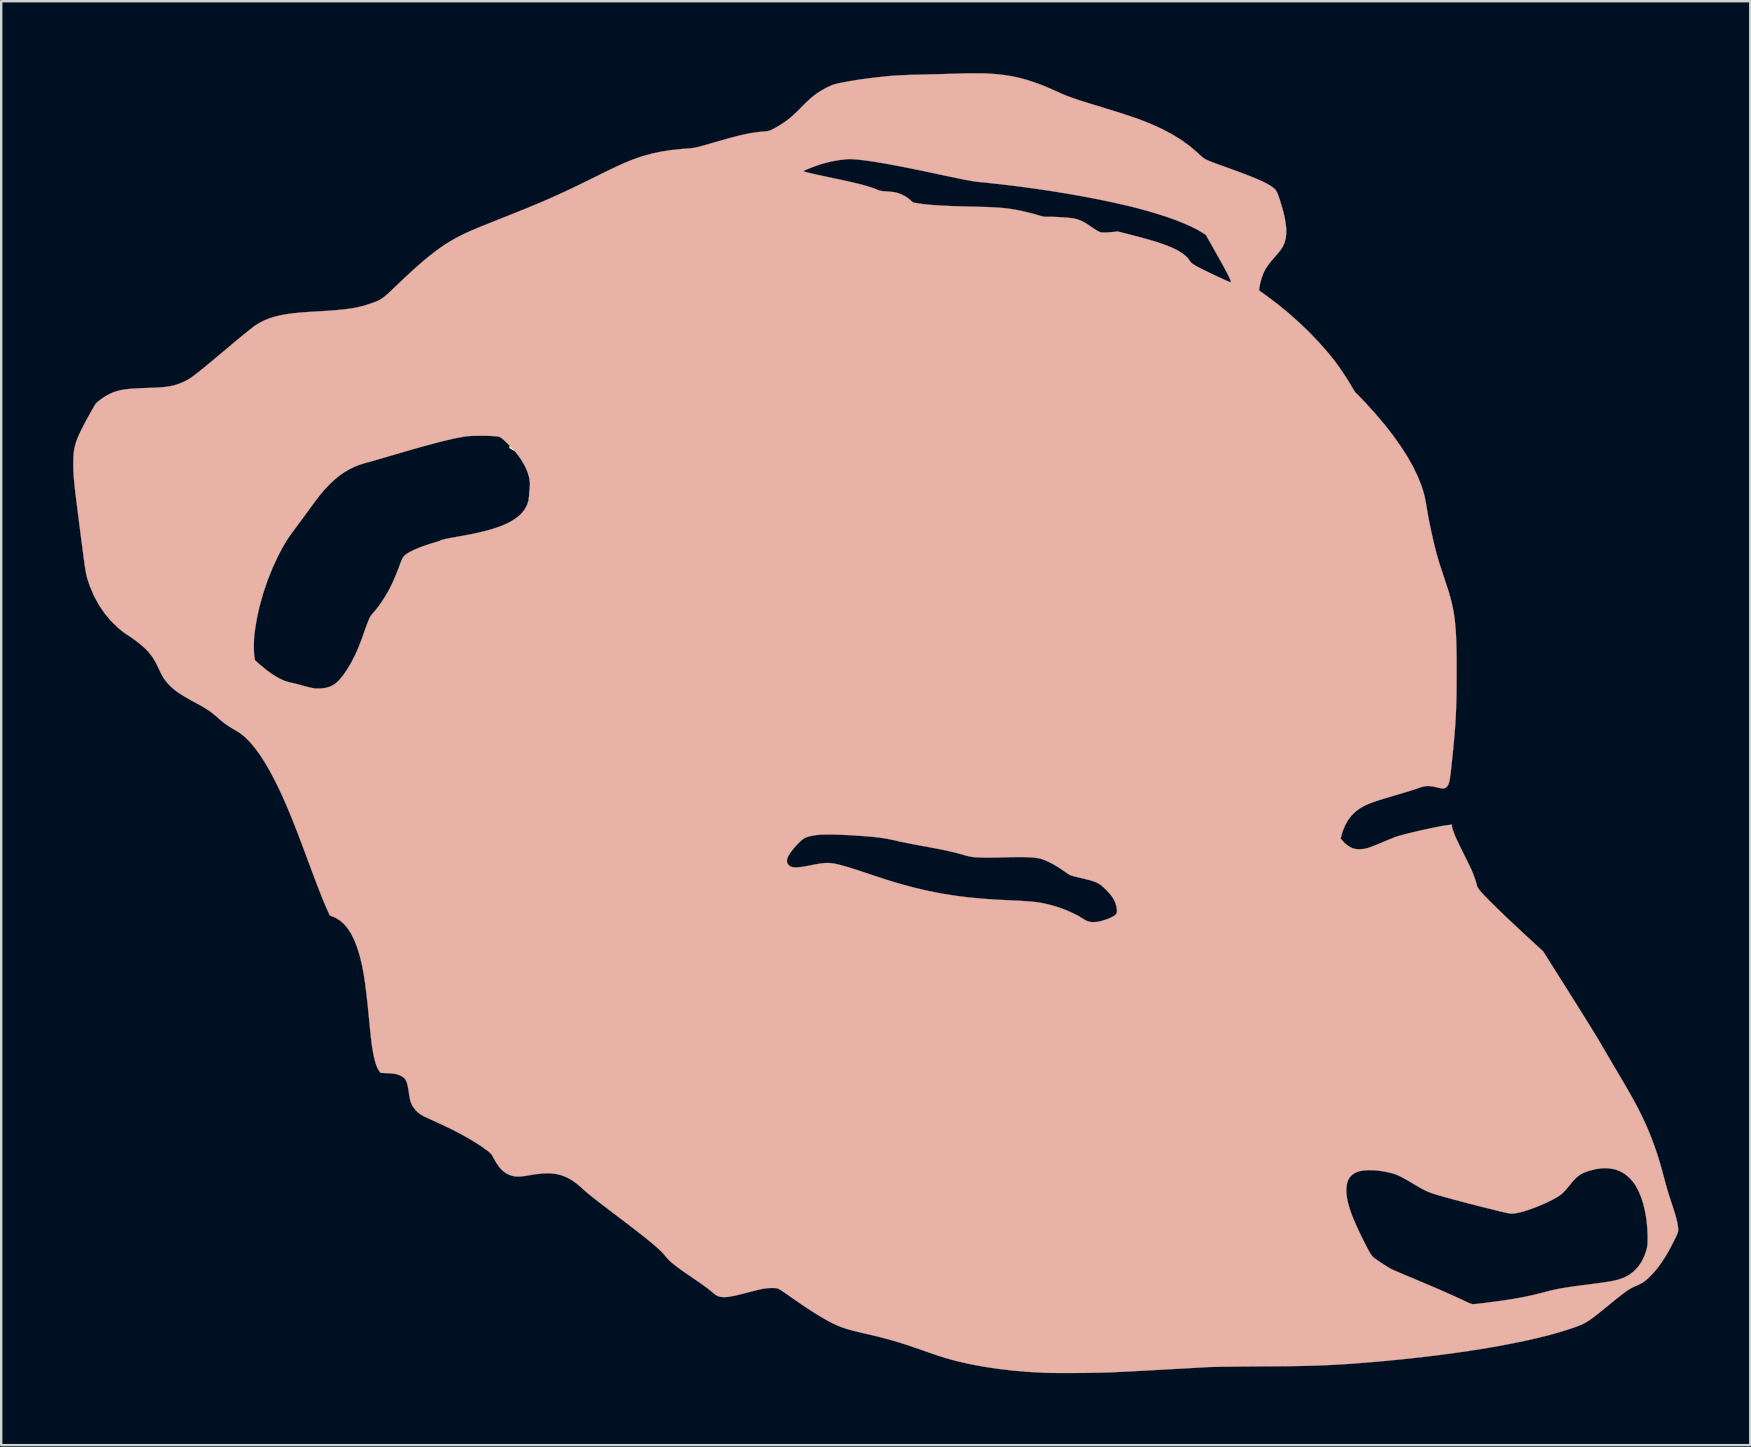
<source format=kicad_pcb>
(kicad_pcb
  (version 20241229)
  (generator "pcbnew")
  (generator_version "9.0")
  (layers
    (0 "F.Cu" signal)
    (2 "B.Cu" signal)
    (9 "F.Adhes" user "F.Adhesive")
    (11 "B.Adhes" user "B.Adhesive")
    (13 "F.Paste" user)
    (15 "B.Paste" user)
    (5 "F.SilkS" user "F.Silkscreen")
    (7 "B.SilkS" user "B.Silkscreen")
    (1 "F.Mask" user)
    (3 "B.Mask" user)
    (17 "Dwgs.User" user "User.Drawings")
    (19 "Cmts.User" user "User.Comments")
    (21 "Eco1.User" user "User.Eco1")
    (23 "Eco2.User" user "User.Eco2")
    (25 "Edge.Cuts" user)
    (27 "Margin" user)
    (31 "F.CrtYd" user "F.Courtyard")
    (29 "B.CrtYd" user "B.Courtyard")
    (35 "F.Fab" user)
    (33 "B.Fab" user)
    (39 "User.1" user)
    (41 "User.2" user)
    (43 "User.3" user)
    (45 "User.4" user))
  (footprint "sasha"
    (layer "F.Cu")
    (at 20.758 15.066)
    (property "Reference" "sasha" (at 0 0 0) (layer "F.SilkS") (effects (font (size 1.27 1.27) (thickness 0.15))))
    (attr through_hole)
    (fp_poly (pts (xy 17.368 -15.05) (xy 17.718 -15.026) (xy 18.049 -14.989) (xy 18.367 -14.938) (xy 18.677 -14.871) (xy 18.985 -14.788) (xy 19.297 -14.687) (xy 19.618 -14.567) (xy 19.954 -14.428) (xy 20.256 -14.292) (xy 20.39 -14.233) (xy 20.519 -14.177) (xy 20.651 -14.124) (xy 20.79 -14.071) (xy 20.94 -14.017) (xy 21.109 -13.96) (xy 21.3 -13.898) (xy 21.518 -13.829) (xy 21.77 -13.752) (xy 21.918 -13.707) (xy 22.258 -13.603) (xy 22.561 -13.51) (xy 22.831 -13.425) (xy 23.072 -13.347) (xy 23.289 -13.275) (xy 23.485 -13.208) (xy 23.664 -13.144) (xy 23.831 -13.081) (xy 23.989 -13.019) (xy 24.143 -12.956) (xy 24.179 -12.941) (xy 24.634 -12.733) (xy 25.051 -12.512) (xy 25.432 -12.276) (xy 25.78 -12.024) (xy 26.096 -11.754) (xy 26.145 -11.707) (xy 26.209 -11.647) (xy 26.265 -11.596) (xy 26.318 -11.553) (xy 26.374 -11.513) (xy 26.437 -11.477) (xy 26.511 -11.44) (xy 26.602 -11.4) (xy 26.714 -11.356) (xy 26.852 -11.304) (xy 27.021 -11.243) (xy 27.21 -11.176) (xy 27.539 -11.057) (xy 27.831 -10.95) (xy 28.088 -10.853) (xy 28.314 -10.765) (xy 28.511 -10.684) (xy 28.682 -10.611) (xy 28.831 -10.542) (xy 28.96 -10.477) (xy 29.071 -10.415) (xy 29.169 -10.354) (xy 29.224 -10.316) (xy 29.283 -10.272) (xy 29.331 -10.226) (xy 29.372 -10.172) (xy 29.41 -10.104) (xy 29.449 -10.015) (xy 29.491 -9.898) (xy 29.541 -9.748) (xy 29.545 -9.735) (xy 29.645 -9.404) (xy 29.72 -9.106) (xy 29.77 -8.836) (xy 29.796 -8.593) (xy 29.797 -8.374) (xy 29.773 -8.177) (xy 29.724 -7.998) (xy 29.652 -7.836) (xy 29.602 -7.754) (xy 29.555 -7.688) (xy 29.489 -7.604) (xy 29.415 -7.516) (xy 29.374 -7.469) (xy 29.239 -7.316) (xy 29.131 -7.185) (xy 29.044 -7.071) (xy 28.973 -6.968) (xy 28.914 -6.868) (xy 28.881 -6.805) (xy 28.815 -6.652) (xy 28.755 -6.475) (xy 28.707 -6.292) (xy 28.675 -6.122) (xy 28.674 -6.113) (xy 28.661 -6.013) (xy 28.951 -5.806) (xy 29.41 -5.463) (xy 29.863 -5.093) (xy 30.305 -4.702) (xy 30.729 -4.297) (xy 31.129 -3.882) (xy 31.499 -3.465) (xy 31.762 -3.141) (xy 31.908 -2.948) (xy 32.062 -2.732) (xy 32.215 -2.505) (xy 32.359 -2.282) (xy 32.485 -2.074) (xy 32.513 -2.025) (xy 32.571 -1.926) (xy 32.626 -1.839) (xy 32.672 -1.771) (xy 32.705 -1.73) (xy 32.713 -1.723) (xy 32.74 -1.7) (xy 32.791 -1.65) (xy 32.861 -1.578) (xy 32.947 -1.49) (xy 33.043 -1.389) (xy 33.11 -1.318) (xy 33.529 -0.854) (xy 33.913 -0.399) (xy 34.259 0.047) (xy 34.568 0.482) (xy 34.84 0.905) (xy 35.073 1.317) (xy 35.268 1.717) (xy 35.423 2.103) (xy 35.474 2.253) (xy 35.508 2.364) (xy 35.537 2.469) (xy 35.564 2.579) (xy 35.59 2.7) (xy 35.617 2.844) (xy 35.647 3.018) (xy 35.655 3.069) (xy 35.71 3.384) (xy 35.773 3.709) (xy 35.841 4.036) (xy 35.912 4.356) (xy 35.985 4.661) (xy 36.057 4.943) (xy 36.128 5.193) (xy 36.144 5.249) (xy 36.17 5.331) (xy 36.207 5.446) (xy 36.253 5.586) (xy 36.305 5.744) (xy 36.361 5.913) (xy 36.418 6.086) (xy 36.439 6.149) (xy 36.515 6.381) (xy 36.583 6.599) (xy 36.642 6.807) (xy 36.694 7.009) (xy 36.738 7.209) (xy 36.776 7.412) (xy 36.808 7.621) (xy 36.833 7.841) (xy 36.854 8.076) (xy 36.87 8.329) (xy 36.882 8.605) (xy 36.89 8.908) (xy 36.895 9.242) (xy 36.897 9.611) (xy 36.897 9.907) (xy 36.896 10.276) (xy 36.894 10.61) (xy 36.89 10.916) (xy 36.883 11.201) (xy 36.874 11.471) (xy 36.862 11.734) (xy 36.847 11.997) (xy 36.828 12.266) (xy 36.805 12.549) (xy 36.778 12.851) (xy 36.746 13.181) (xy 36.709 13.545) (xy 36.702 13.61) (xy 36.678 13.838) (xy 36.657 14.027) (xy 36.638 14.182) (xy 36.62 14.308) (xy 36.603 14.408) (xy 36.585 14.486) (xy 36.566 14.547) (xy 36.545 14.594) (xy 36.521 14.633) (xy 36.494 14.666) (xy 36.493 14.667) (xy 36.447 14.709) (xy 36.399 14.735) (xy 36.341 14.745) (xy 36.264 14.739) (xy 36.161 14.718) (xy 36.082 14.699) (xy 35.891 14.658) (xy 35.728 14.641) (xy 35.583 14.648) (xy 35.451 14.678) (xy 35.422 14.688) (xy 35.298 14.732) (xy 35.141 14.784) (xy 34.95 14.844) (xy 34.724 14.913) (xy 34.46 14.992) (xy 34.158 15.082) (xy 34.11 15.096) (xy 33.85 15.173) (xy 33.627 15.243) (xy 33.435 15.309) (xy 33.27 15.371) (xy 33.128 15.432) (xy 33.003 15.494) (xy 32.891 15.56) (xy 32.787 15.631) (xy 32.686 15.709) (xy 32.664 15.727) (xy 32.51 15.88) (xy 32.37 16.066) (xy 32.251 16.276) (xy 32.156 16.502) (xy 32.109 16.654) (xy 32.064 16.83) (xy 32.144 16.927) (xy 32.238 17.025) (xy 32.352 17.117) (xy 32.472 17.193) (xy 32.581 17.242) (xy 32.716 17.271) (xy 32.874 17.277) (xy 33.041 17.261) (xy 33.171 17.233) (xy 33.241 17.211) (xy 33.34 17.175) (xy 33.46 17.129) (xy 33.593 17.076) (xy 33.73 17.02) (xy 33.757 17.008) (xy 33.892 16.951) (xy 34.024 16.896) (xy 34.144 16.847) (xy 34.244 16.806) (xy 34.315 16.778) (xy 34.326 16.774) (xy 34.423 16.741) (xy 34.555 16.702) (xy 34.717 16.659) (xy 34.902 16.612) (xy 35.103 16.563) (xy 35.316 16.513) (xy 35.533 16.464) (xy 35.748 16.417) (xy 35.955 16.374) (xy 36.149 16.336) (xy 36.322 16.304) (xy 36.468 16.28) (xy 36.571 16.266) (xy 36.703 16.252) (xy 36.703 16.309) (xy 36.714 16.388) (xy 36.748 16.502) (xy 36.805 16.651) (xy 36.884 16.835) (xy 36.986 17.054) (xy 37.111 17.309) (xy 37.137 17.36) (xy 37.216 17.518) (xy 37.294 17.673) (xy 37.365 17.819) (xy 37.429 17.949) (xy 37.48 18.056) (xy 37.517 18.135) (xy 37.526 18.155) (xy 37.571 18.264) (xy 37.619 18.39) (xy 37.665 18.52) (xy 37.705 18.643) (xy 37.736 18.747) (xy 37.75 18.809) (xy 37.77 18.856) (xy 37.81 18.922) (xy 37.863 18.995) (xy 37.878 19.014) (xy 37.949 19.095) (xy 38.049 19.202) (xy 38.175 19.332) (xy 38.326 19.483) (xy 38.498 19.653) (xy 38.689 19.839) (xy 38.897 20.039) (xy 39.12 20.251) (xy 39.354 20.472) (xy 39.597 20.699) (xy 39.848 20.931) (xy 40.079 21.143) (xy 40.502 21.531) (xy 41.579 23.238) (xy 41.738 23.491) (xy 41.896 23.742) (xy 42.048 23.985) (xy 42.194 24.219) (xy 42.332 24.44) (xy 42.459 24.645) (xy 42.573 24.83) (xy 42.673 24.992) (xy 42.756 25.129) (xy 42.821 25.236) (xy 42.865 25.311) (xy 42.868 25.315) (xy 42.926 25.416) (xy 43.002 25.547) (xy 43.093 25.702) (xy 43.194 25.874) (xy 43.301 26.057) (xy 43.412 26.245) (xy 43.522 26.432) (xy 43.556 26.489) (xy 43.721 26.769) (xy 43.866 27.016) (xy 43.994 27.236) (xy 44.106 27.431) (xy 44.205 27.607) (xy 44.293 27.766) (xy 44.373 27.914) (xy 44.447 28.053) (xy 44.516 28.189) (xy 44.584 28.324) (xy 44.587 28.332) (xy 44.787 28.756) (xy 44.967 29.182) (xy 45.133 29.616) (xy 45.286 30.068) (xy 45.429 30.546) (xy 45.561 31.041) (xy 45.604 31.203) (xy 45.658 31.391) (xy 45.716 31.588) (xy 45.776 31.78) (xy 45.832 31.952) (xy 45.836 31.962) (xy 45.924 32.23) (xy 45.997 32.462) (xy 46.052 32.66) (xy 46.093 32.827) (xy 46.118 32.965) (xy 46.129 33.076) (xy 46.13 33.094) (xy 46.13 33.145) (xy 46.128 33.189) (xy 46.12 33.231) (xy 46.105 33.28) (xy 46.08 33.342) (xy 46.042 33.423) (xy 45.99 33.529) (xy 45.938 33.634) (xy 45.769 33.958) (xy 45.604 34.245) (xy 45.437 34.502) (xy 45.267 34.733) (xy 45.089 34.944) (xy 45.023 35.015) (xy 44.885 35.153) (xy 44.76 35.261) (xy 44.637 35.347) (xy 44.508 35.416) (xy 44.399 35.464) (xy 44.321 35.495) (xy 44.247 35.53) (xy 44.172 35.569) (xy 44.093 35.616) (xy 44.006 35.673) (xy 43.907 35.743) (xy 43.794 35.828) (xy 43.661 35.932) (xy 43.506 36.055) (xy 43.325 36.202) (xy 43.191 36.312) (xy 42.994 36.472) (xy 42.826 36.608) (xy 42.68 36.722) (xy 42.553 36.818) (xy 42.439 36.899) (xy 42.334 36.966) (xy 42.233 37.024) (xy 42.131 37.075) (xy 42.023 37.122) (xy 41.906 37.168) (xy 41.773 37.215) (xy 41.62 37.267) (xy 41.603 37.272) (xy 41.209 37.396) (xy 40.775 37.518) (xy 40.303 37.637) (xy 39.796 37.753) (xy 39.254 37.865) (xy 38.682 37.974) (xy 38.079 38.079) (xy 37.45 38.178) (xy 36.796 38.273) (xy 36.119 38.363) (xy 35.421 38.447) (xy 34.704 38.525) (xy 33.972 38.597) (xy 33.74 38.618) (xy 33.366 38.65) (xy 33.017 38.679) (xy 32.687 38.705) (xy 32.372 38.728) (xy 32.066 38.747) (xy 31.765 38.764) (xy 31.463 38.779) (xy 31.157 38.791) (xy 30.84 38.801) (xy 30.508 38.81) (xy 30.157 38.816) (xy 29.781 38.821) (xy 29.376 38.825) (xy 28.937 38.828) (xy 28.639 38.829) (xy 28.362 38.831) (xy 28.089 38.833) (xy 27.823 38.835) (xy 27.568 38.838) (xy 27.329 38.841) (xy 27.111 38.844) (xy 26.917 38.848) (xy 26.752 38.852) (xy 26.62 38.855) (xy 26.526 38.859) (xy 26.522 38.86) (xy 26.404 38.866) (xy 26.252 38.875) (xy 26.072 38.885) (xy 25.872 38.896) (xy 25.658 38.908) (xy 25.439 38.92) (xy 25.22 38.932) (xy 25.146 38.936) (xy 24.767 38.957) (xy 24.427 38.976) (xy 24.122 38.993) (xy 23.849 39.008) (xy 23.605 39.021) (xy 23.386 39.033) (xy 23.189 39.043) (xy 23.009 39.052) (xy 22.845 39.06) (xy 22.691 39.068) (xy 22.564 39.074) (xy 22.381 39.081) (xy 22.168 39.087) (xy 21.931 39.092) (xy 21.676 39.097) (xy 21.41 39.101) (xy 21.139 39.103) (xy 20.869 39.105) (xy 20.606 39.105) (xy 20.358 39.105) (xy 20.129 39.103) (xy 19.928 39.1) (xy 19.76 39.096) (xy 19.696 39.094) (xy 19.037 39.057) (xy 18.394 39.002) (xy 17.773 38.929) (xy 17.177 38.839) (xy 16.61 38.733) (xy 16.077 38.611) (xy 15.863 38.555) (xy 15.714 38.513) (xy 15.571 38.471) (xy 15.427 38.427) (xy 15.274 38.377) (xy 15.104 38.321) (xy 14.912 38.254) (xy 14.689 38.176) (xy 14.637 38.157) (xy 14.297 38.039) (xy 13.985 37.934) (xy 13.691 37.84) (xy 13.403 37.755) (xy 13.113 37.674) (xy 12.808 37.595) (xy 12.48 37.516) (xy 12.219 37.455) (xy 11.977 37.399) (xy 11.77 37.348) (xy 11.591 37.3) (xy 11.435 37.253) (xy 11.295 37.206) (xy 11.164 37.156) (xy 11.037 37.101) (xy 10.905 37.039) (xy 10.89 37.031) (xy 10.685 36.925) (xy 10.463 36.8) (xy 10.221 36.654) (xy 9.958 36.487) (xy 9.669 36.297) (xy 9.354 36.081) (xy 9.056 35.872) (xy 8.942 35.793) (xy 8.835 35.72) (xy 8.742 35.659) (xy 8.669 35.614) (xy 8.622 35.587) (xy 8.614 35.584) (xy 8.539 35.569) (xy 8.433 35.561) (xy 8.308 35.562) (xy 8.173 35.57) (xy 8.041 35.586) (xy 7.956 35.601) (xy 7.873 35.619) (xy 7.76 35.646) (xy 7.626 35.679) (xy 7.48 35.715) (xy 7.334 35.753) (xy 7.313 35.758) (xy 7.098 35.814) (xy 6.919 35.858) (xy 6.769 35.891) (xy 6.643 35.915) (xy 6.537 35.931) (xy 6.444 35.939) (xy 6.374 35.941) (xy 6.239 35.934) (xy 6.133 35.91) (xy 6.043 35.866) (xy 5.992 35.829) (xy 5.939 35.786) (xy 5.865 35.726) (xy 5.782 35.658) (xy 5.732 35.618) (xy 5.67 35.569) (xy 5.578 35.502) (xy 5.464 35.419) (xy 5.332 35.327) (xy 5.19 35.228) (xy 5.043 35.127) (xy 4.994 35.094) (xy 4.765 34.938) (xy 4.57 34.8) (xy 4.405 34.679) (xy 4.266 34.571) (xy 4.15 34.473) (xy 4.054 34.383) (xy 3.974 34.298) (xy 3.916 34.227) (xy 3.863 34.162) (xy 3.799 34.091) (xy 3.722 34.013) (xy 3.631 33.927) (xy 3.523 33.831) (xy 3.397 33.723) (xy 3.25 33.601) (xy 3.08 33.464) (xy 2.886 33.311) (xy 2.665 33.139) (xy 2.415 32.946) (xy 2.135 32.732) (xy 1.873 32.533) (xy 1.644 32.359) (xy 1.445 32.208) (xy 1.273 32.077) (xy 1.126 31.963) (xy 1 31.865) (xy 0.891 31.78) (xy 0.797 31.704) (xy 0.715 31.636) (xy 0.64 31.574) (xy 0.571 31.513) (xy 0.535 31.481) (xy 32.3 31.481) (xy 32.308 31.65) (xy 32.333 31.831) (xy 32.375 32.027) (xy 32.435 32.239) (xy 32.515 32.471) (xy 32.615 32.725) (xy 32.737 33.004) (xy 32.881 33.311) (xy 33.048 33.649) (xy 33.126 33.801) (xy 33.199 33.941) (xy 33.258 34.049) (xy 33.307 34.131) (xy 33.349 34.193) (xy 33.388 34.241) (xy 33.428 34.281) (xy 33.431 34.284) (xy 33.481 34.323) (xy 33.559 34.38) (xy 33.658 34.448) (xy 33.77 34.523) (xy 33.888 34.599) (xy 34.002 34.672) (xy 34.107 34.735) (xy 34.169 34.772) (xy 34.198 34.785) (xy 34.261 34.813) (xy 34.356 34.854) (xy 34.477 34.906) (xy 34.62 34.967) (xy 34.782 35.035) (xy 34.958 35.109) (xy 35.101 35.169) (xy 35.481 35.329) (xy 35.834 35.479) (xy 36.158 35.619) (xy 36.451 35.746) (xy 36.711 35.862) (xy 36.936 35.964) (xy 37.125 36.052) (xy 37.243 36.109) (xy 37.376 36.171) (xy 37.482 36.213) (xy 37.557 36.234) (xy 37.576 36.236) (xy 37.619 36.234) (xy 37.697 36.227) (xy 37.803 36.216) (xy 37.93 36.201) (xy 38.071 36.185) (xy 38.155 36.174) (xy 38.497 36.13) (xy 38.803 36.088) (xy 39.081 36.046) (xy 39.337 36.005) (xy 39.578 35.961) (xy 39.811 35.915) (xy 40.043 35.864) (xy 40.281 35.807) (xy 40.531 35.744) (xy 40.735 35.69) (xy 40.873 35.656) (xy 41.021 35.623) (xy 41.186 35.59) (xy 41.372 35.558) (xy 41.582 35.525) (xy 41.822 35.49) (xy 42.096 35.453) (xy 42.333 35.422) (xy 42.574 35.392) (xy 42.779 35.365) (xy 42.951 35.341) (xy 43.097 35.32) (xy 43.221 35.3) (xy 43.33 35.281) (xy 43.427 35.262) (xy 43.518 35.242) (xy 43.609 35.22) (xy 43.614 35.219) (xy 43.86 35.136) (xy 44.083 35.019) (xy 44.283 34.867) (xy 44.458 34.684) (xy 44.605 34.47) (xy 44.724 34.228) (xy 44.812 33.962) (xy 44.832 33.882) (xy 44.845 33.81) (xy 44.854 33.734) (xy 44.858 33.644) (xy 44.86 33.529) (xy 44.86 33.422) (xy 44.846 33.067) (xy 44.811 32.722) (xy 44.756 32.39) (xy 44.682 32.077) (xy 44.591 31.788) (xy 44.482 31.525) (xy 44.359 31.296) (xy 44.263 31.155) (xy 44.093 30.963) (xy 43.904 30.808) (xy 43.697 30.691) (xy 43.473 30.613) (xy 43.231 30.572) (xy 42.972 30.57) (xy 42.697 30.607) (xy 42.407 30.682) (xy 42.378 30.691) (xy 42.227 30.746) (xy 42.097 30.809) (xy 41.98 30.886) (xy 41.866 30.983) (xy 41.75 31.105) (xy 41.622 31.258) (xy 41.514 31.392) (xy 41.422 31.498) (xy 41.341 31.583) (xy 41.264 31.652) (xy 41.183 31.713) (xy 41.091 31.771) (xy 41.069 31.785) (xy 40.876 31.892) (xy 40.663 31.997) (xy 40.438 32.098) (xy 40.208 32.192) (xy 39.979 32.276) (xy 39.76 32.348) (xy 39.557 32.405) (xy 39.377 32.445) (xy 39.264 32.46) (xy 39.228 32.463) (xy 39.191 32.463) (xy 39.148 32.46) (xy 39.095 32.453) (xy 39.027 32.441) (xy 38.942 32.423) (xy 38.834 32.398) (xy 38.699 32.366) (xy 38.534 32.326) (xy 38.334 32.276) (xy 38.225 32.249) (xy 37.939 32.178) (xy 37.655 32.105) (xy 37.376 32.033) (xy 37.107 31.963) (xy 36.853 31.895) (xy 36.617 31.831) (xy 36.403 31.773) (xy 36.216 31.72) (xy 36.06 31.674) (xy 35.939 31.637) (xy 35.899 31.624) (xy 35.795 31.587) (xy 35.693 31.546) (xy 35.588 31.498) (xy 35.473 31.439) (xy 35.342 31.366) (xy 35.187 31.276) (xy 35.034 31.184) (xy 34.85 31.075) (xy 34.695 30.988) (xy 34.561 30.918) (xy 34.441 30.862) (xy 34.328 30.819) (xy 34.216 30.783) (xy 34.149 30.765) (xy 33.901 30.71) (xy 33.656 30.673) (xy 33.421 30.653) (xy 33.202 30.651) (xy 33.003 30.666) (xy 32.831 30.699) (xy 32.691 30.75) (xy 32.683 30.754) (xy 32.545 30.844) (xy 32.438 30.957) (xy 32.363 31.096) (xy 32.317 31.262) (xy 32.3 31.458) (xy 32.3 31.481) (xy 0.535 31.481) (xy 0.504 31.453) (xy 0.445 31.399) (xy 0.225 31.211) (xy 0.01 31.059) (xy -0.206 30.942) (xy -0.428 30.858) (xy -0.66 30.805) (xy -0.909 30.782) (xy -1.18 30.787) (xy -1.478 30.82) (xy -1.592 30.838) (xy -1.78 30.869) (xy -1.933 30.893) (xy -2.056 30.908) (xy -2.157 30.917) (xy -2.241 30.918) (xy -2.315 30.914) (xy -2.384 30.905) (xy -2.392 30.904) (xy -2.565 30.856) (xy -2.723 30.777) (xy -2.868 30.666) (xy -3.003 30.519) (xy -3.131 30.334) (xy -3.227 30.162) (xy -3.278 30.067) (xy -3.324 29.998) (xy -3.375 29.94) (xy -3.443 29.881) (xy -3.477 29.854) (xy -3.701 29.689) (xy -3.963 29.517) (xy -4.259 29.339) (xy -4.585 29.156) (xy -4.939 28.972) (xy -5.317 28.787) (xy -5.689 28.616) (xy -5.813 28.56) (xy -5.936 28.504) (xy -6.047 28.452) (xy -6.137 28.41) (xy -6.174 28.392) (xy -6.342 28.287) (xy -6.488 28.152) (xy -6.605 27.994) (xy -6.688 27.82) (xy -6.709 27.754) (xy -6.721 27.699) (xy -6.737 27.613) (xy -6.755 27.507) (xy -6.772 27.394) (xy -6.773 27.384) (xy -6.801 27.211) (xy -6.831 27.075) (xy -6.864 26.968) (xy -6.905 26.886) (xy -6.955 26.821) (xy -7.018 26.769) (xy -7.061 26.742) (xy -7.148 26.696) (xy -7.238 26.663) (xy -7.34 26.639) (xy -7.464 26.622) (xy -7.62 26.611) (xy -7.651 26.61) (xy -7.946 26.596) (xy -8.015 26.505) (xy -8.073 26.408) (xy -8.128 26.272) (xy -8.182 26.099) (xy -8.231 25.893) (xy -8.276 25.658) (xy -8.317 25.395) (xy -8.328 25.305) (xy -8.338 25.219) (xy -8.352 25.098) (xy -8.367 24.951) (xy -8.384 24.785) (xy -8.402 24.608) (xy -8.419 24.428) (xy -8.425 24.373) (xy -8.465 23.964) (xy -8.503 23.595) (xy -8.541 23.266) (xy -8.577 22.976) (xy -8.612 22.723) (xy -8.646 22.507) (xy -8.648 22.49) (xy -8.729 22.073) (xy -8.821 21.697) (xy -8.925 21.361) (xy -9.042 21.063) (xy -9.17 20.803) (xy -9.312 20.582) (xy -9.467 20.397) (xy -9.636 20.249) (xy -9.819 20.136) (xy -9.914 20.093) (xy -10.06 20.036) (xy -10.144 19.855) (xy -10.19 19.754) (xy -10.236 19.648) (xy -10.285 19.536) (xy -10.336 19.414) (xy -10.391 19.278) (xy -10.451 19.126) (xy -10.518 18.955) (xy -10.593 18.76) (xy -10.676 18.54) (xy -10.77 18.292) (xy -10.875 18.011) (xy -10.984 17.72) (xy 8.989 17.72) (xy 8.992 17.811) (xy 9.011 17.864) (xy 9.054 17.93) (xy 9.109 17.979) (xy 9.181 18.013) (xy 9.273 18.031) (xy 9.389 18.035) (xy 9.533 18.023) (xy 9.709 17.998) (xy 9.92 17.958) (xy 9.97 17.948) (xy 10.181 17.906) (xy 10.358 17.876) (xy 10.511 17.857) (xy 10.645 17.849) (xy 10.768 17.851) (xy 10.888 17.864) (xy 11.012 17.886) (xy 11.056 17.896) (xy 11.166 17.921) (xy 11.279 17.95) (xy 11.4 17.984) (xy 11.533 18.023) (xy 11.683 18.069) (xy 11.855 18.123) (xy 12.052 18.188) (xy 12.28 18.264) (xy 12.543 18.353) (xy 12.555 18.357) (xy 13.167 18.557) (xy 13.753 18.733) (xy 14.321 18.884) (xy 14.878 19.014) (xy 15.432 19.123) (xy 15.99 19.212) (xy 16.559 19.284) (xy 17.148 19.339) (xy 17.762 19.38) (xy 17.939 19.389) (xy 18.233 19.402) (xy 18.49 19.415) (xy 18.713 19.427) (xy 18.906 19.439) (xy 19.075 19.451) (xy 19.222 19.464) (xy 19.352 19.478) (xy 19.47 19.493) (xy 19.579 19.511) (xy 19.685 19.531) (xy 19.79 19.555) (xy 19.901 19.581) (xy 20.02 19.612) (xy 20.023 19.613) (xy 20.315 19.7) (xy 20.605 19.806) (xy 20.883 19.928) (xy 21.14 20.059) (xy 21.359 20.194) (xy 21.482 20.263) (xy 21.61 20.304) (xy 21.751 20.317) (xy 21.914 20.304) (xy 21.997 20.29) (xy 22.142 20.254) (xy 22.304 20.2) (xy 22.464 20.136) (xy 22.595 20.071) (xy 22.673 20.018) (xy 22.721 19.956) (xy 22.742 19.878) (xy 22.739 19.775) (xy 22.724 19.689) (xy 22.684 19.535) (xy 22.626 19.396) (xy 22.544 19.261) (xy 22.435 19.123) (xy 22.321 19) (xy 22.221 18.901) (xy 22.131 18.82) (xy 22.045 18.753) (xy 21.956 18.697) (xy 21.857 18.649) (xy 21.743 18.606) (xy 21.607 18.566) (xy 21.441 18.523) (xy 21.251 18.478) (xy 21.123 18.448) (xy 21.004 18.418) (xy 20.902 18.39) (xy 20.827 18.367) (xy 20.786 18.351) (xy 20.742 18.326) (xy 20.672 18.281) (xy 20.585 18.223) (xy 20.488 18.156) (xy 20.454 18.132) (xy 20.272 18.012) (xy 20.086 17.902) (xy 19.905 17.807) (xy 19.736 17.732) (xy 19.589 17.68) (xy 19.56 17.672) (xy 19.446 17.648) (xy 19.313 17.628) (xy 19.158 17.614) (xy 18.978 17.606) (xy 18.768 17.602) (xy 18.525 17.603) (xy 18.245 17.608) (xy 18.076 17.613) (xy 17.733 17.622) (xy 17.431 17.626) (xy 17.171 17.624) (xy 16.953 17.617) (xy 16.777 17.605) (xy 16.642 17.587) (xy 16.641 17.587) (xy 16.574 17.573) (xy 16.479 17.549) (xy 16.368 17.519) (xy 16.253 17.487) (xy 16.242 17.484) (xy 16.114 17.447) (xy 15.981 17.412) (xy 15.84 17.378) (xy 15.685 17.343) (xy 15.512 17.306) (xy 15.314 17.266) (xy 15.088 17.223) (xy 14.827 17.174) (xy 14.668 17.145) (xy 14.48 17.11) (xy 14.287 17.074) (xy 14.097 17.037) (xy 13.92 17.002) (xy 13.764 16.97) (xy 13.638 16.943) (xy 13.6 16.934) (xy 13.417 16.893) (xy 13.251 16.859) (xy 13.094 16.829) (xy 12.94 16.805) (xy 12.78 16.783) (xy 12.608 16.764) (xy 12.415 16.746) (xy 12.194 16.728) (xy 11.959 16.712) (xy 11.642 16.691) (xy 11.343 16.677) (xy 11.067 16.667) (xy 10.817 16.662) (xy 10.597 16.663) (xy 10.41 16.669) (xy 10.26 16.681) (xy 10.207 16.688) (xy 10.047 16.713) (xy 9.917 16.741) (xy 9.809 16.774) (xy 9.714 16.818) (xy 9.625 16.878) (xy 9.534 16.957) (xy 9.433 17.06) (xy 9.313 17.192) (xy 9.312 17.194) (xy 9.179 17.353) (xy 9.081 17.493) (xy 9.018 17.614) (xy 8.989 17.72) (xy -10.984 17.72) (xy -10.993 17.695) (xy -11.056 17.526) (xy -11.21 17.114) (xy -11.353 16.738) (xy -11.485 16.395) (xy -11.609 16.081) (xy -11.726 15.792) (xy -11.838 15.525) (xy -11.946 15.275) (xy -12.051 15.04) (xy -12.156 14.814) (xy -12.262 14.595) (xy -12.362 14.395) (xy -12.571 13.999) (xy -12.78 13.642) (xy -12.987 13.323) (xy -13.193 13.044) (xy -13.396 12.804) (xy -13.596 12.605) (xy -13.792 12.446) (xy -13.926 12.361) (xy -14.114 12.252) (xy -14.274 12.152) (xy -14.415 12.055) (xy -14.546 11.954) (xy -14.679 11.841) (xy -14.697 11.826) (xy -14.825 11.714) (xy -14.94 11.619) (xy -15.05 11.535) (xy -15.164 11.457) (xy -15.288 11.379) (xy -15.432 11.296) (xy -15.604 11.201) (xy -15.656 11.173) (xy -15.884 11.049) (xy -16.078 10.937) (xy -16.244 10.837) (xy -16.386 10.743) (xy -16.509 10.653) (xy -16.618 10.563) (xy -16.719 10.469) (xy -16.787 10.399) (xy -16.876 10.298) (xy -16.955 10.194) (xy -17.028 10.079) (xy -17.101 9.943) (xy -17.18 9.778) (xy -17.2 9.733) (xy -17.32 9.489) (xy -17.448 9.278) (xy -17.589 9.092) (xy -17.721 8.948) (xy -17.795 8.88) (xy -13.228 8.88) (xy -13.225 9.034) (xy -13.217 9.166) (xy -13.206 9.265) (xy -13.182 9.401) (xy -12.961 9.595) (xy -12.693 9.817) (xy -12.438 10) (xy -12.197 10.144) (xy -11.967 10.251) (xy -11.749 10.319) (xy -11.703 10.329) (xy -11.595 10.353) (xy -11.466 10.384) (xy -11.333 10.419) (xy -11.248 10.443) (xy -11.137 10.474) (xy -11.029 10.503) (xy -10.937 10.526) (xy -10.88 10.539) (xy -10.807 10.553) (xy -10.745 10.565) (xy -10.721 10.57) (xy -10.639 10.579) (xy -10.532 10.58) (xy -10.414 10.575) (xy -10.303 10.563) (xy -10.239 10.552) (xy -10.051 10.498) (xy -9.89 10.417) (xy -9.747 10.304) (xy -9.689 10.246) (xy -9.511 10.032) (xy -9.337 9.781) (xy -9.169 9.497) (xy -9.008 9.183) (xy -8.858 8.844) (xy -8.721 8.485) (xy -8.701 8.428) (xy -8.622 8.199) (xy -8.553 8.009) (xy -8.495 7.853) (xy -8.445 7.73) (xy -8.403 7.636) (xy -8.368 7.569) (xy -8.353 7.546) (xy -8.319 7.501) (xy -8.265 7.436) (xy -8.203 7.365) (xy -8.185 7.345) (xy -8.126 7.275) (xy -8.053 7.18) (xy -7.974 7.073) (xy -7.898 6.964) (xy -7.884 6.943) (xy -7.752 6.736) (xy -7.632 6.53) (xy -7.52 6.317) (xy -7.413 6.089) (xy -7.305 5.838) (xy -7.195 5.557) (xy -7.163 5.472) (xy -7.114 5.341) (xy -7.075 5.243) (xy -7.043 5.172) (xy -7.015 5.12) (xy -6.987 5.079) (xy -6.955 5.045) (xy -6.932 5.023) (xy -6.835 4.949) (xy -6.699 4.87) (xy -6.528 4.788) (xy -6.327 4.704) (xy -6.098 4.62) (xy -5.846 4.536) (xy -5.68 4.487) (xy -5.586 4.458) (xy -5.506 4.432) (xy -5.45 4.412) (xy -5.428 4.401) (xy -5.401 4.388) (xy -5.349 4.372) (xy -5.269 4.352) (xy -5.159 4.329) (xy -5.014 4.301) (xy -4.833 4.268) (xy -4.636 4.233) (xy -4.224 4.157) (xy -3.852 4.079) (xy -3.518 3.996) (xy -3.22 3.909) (xy -2.954 3.817) (xy -2.719 3.719) (xy -2.513 3.614) (xy -2.333 3.501) (xy -2.177 3.38) (xy -2.085 3.293) (xy -1.95 3.128) (xy -1.849 2.945) (xy -1.784 2.75) (xy -1.758 2.549) (xy -1.757 2.525) (xy -1.754 2.447) (xy -1.745 2.348) (xy -1.733 2.253) (xy -1.721 2.036) (xy -1.75 1.808) (xy -1.817 1.57) (xy -1.923 1.324) (xy -2.067 1.072) (xy -2.203 0.874) (xy -2.294 0.759) (xy -2.407 0.63) (xy -2.531 0.495) (xy -2.659 0.365) (xy -2.779 0.25) (xy -2.884 0.16) (xy -2.885 0.159) (xy -2.935 0.121) (xy -2.978 0.096) (xy -3.025 0.08) (xy -3.09 0.07) (xy -3.184 0.062) (xy -3.192 0.061) (xy -3.321 0.053) (xy -3.474 0.048) (xy -3.641 0.045) (xy -3.813 0.044) (xy -3.979 0.046) (xy -4.131 0.05) (xy -4.258 0.057) (xy -4.34 0.064) (xy -4.51 0.089) (xy -4.706 0.124) (xy -4.93 0.17) (xy -5.183 0.228) (xy -5.466 0.298) (xy -5.782 0.38) (xy -6.132 0.475) (xy -6.517 0.583) (xy -6.938 0.704) (xy -7.387 0.836) (xy -7.583 0.894) (xy -7.774 0.95) (xy -7.955 1.002) (xy -8.119 1.05) (xy -8.262 1.091) (xy -8.378 1.124) (xy -8.462 1.147) (xy -8.492 1.155) (xy -8.703 1.213) (xy -8.889 1.277) (xy -9.069 1.353) (xy -9.231 1.433) (xy -9.453 1.56) (xy -9.668 1.71) (xy -9.882 1.888) (xy -10.067 2.063) (xy -10.17 2.168) (xy -10.268 2.273) (xy -10.366 2.386) (xy -10.469 2.51) (xy -10.58 2.652) (xy -10.703 2.815) (xy -10.843 3.006) (xy -10.922 3.114) (xy -11.026 3.258) (xy -11.144 3.419) (xy -11.265 3.584) (xy -11.381 3.739) (xy -11.473 3.863) (xy -11.624 4.067) (xy -11.754 4.25) (xy -11.867 4.422) (xy -11.972 4.594) (xy -12.074 4.777) (xy -12.18 4.979) (xy -12.221 5.059) (xy -12.452 5.557) (xy -12.66 6.079) (xy -12.841 6.615) (xy -12.992 7.157) (xy -13.111 7.696) (xy -13.195 8.225) (xy -13.199 8.25) (xy -13.212 8.389) (xy -13.222 8.547) (xy -13.227 8.714) (xy -13.228 8.88) (xy -17.795 8.88) (xy -17.864 8.816) (xy -18.033 8.675) (xy -18.218 8.535) (xy -18.406 8.404) (xy -18.508 8.339) (xy -18.592 8.283) (xy -18.694 8.207) (xy -18.801 8.122) (xy -18.9 8.038) (xy -19.194 7.75) (xy -19.457 7.433) (xy -19.69 7.088) (xy -19.892 6.715) (xy -20.061 6.318) (xy -20.161 6.023) (xy -20.179 5.959) (xy -20.196 5.895) (xy -20.212 5.824) (xy -20.228 5.743) (xy -20.245 5.648) (xy -20.263 5.534) (xy -20.283 5.396) (xy -20.306 5.231) (xy -20.332 5.034) (xy -20.363 4.801) (xy -20.375 4.71) (xy -20.428 4.3) (xy -20.476 3.93) (xy -20.519 3.596) (xy -20.557 3.297) (xy -20.591 3.03) (xy -20.621 2.792) (xy -20.647 2.582) (xy -20.669 2.396) (xy -20.688 2.231) (xy -20.704 2.087) (xy -20.717 1.959) (xy -20.727 1.846) (xy -20.735 1.744) (xy -20.742 1.653) (xy -20.746 1.568) (xy -20.749 1.488) (xy -20.751 1.409) (xy -20.752 1.33) (xy -20.753 1.249) (xy -20.753 1.217) (xy -20.751 1.041) (xy -20.745 0.882) (xy -20.732 0.735) (xy -20.711 0.594) (xy -20.681 0.456) (xy -20.64 0.315) (xy -20.586 0.167) (xy -20.518 0.006) (xy -20.434 -0.172) (xy -20.333 -0.371) (xy -20.213 -0.598) (xy -20.075 -0.85) (xy -20.007 -0.973) (xy -19.943 -1.085) (xy -19.886 -1.182) (xy -19.841 -1.256) (xy -19.811 -1.301) (xy -19.805 -1.309) (xy -19.741 -1.368) (xy -19.651 -1.44) (xy -19.545 -1.517) (xy -19.433 -1.59) (xy -19.327 -1.653) (xy -19.289 -1.674) (xy -19.169 -1.731) (xy -19.05 -1.78) (xy -18.926 -1.82) (xy -18.791 -1.853) (xy -18.642 -1.881) (xy -18.472 -1.902) (xy -18.277 -1.919) (xy -18.052 -1.933) (xy -17.792 -1.943) (xy -17.679 -1.947) (xy -17.421 -1.956) (xy -17.199 -1.967) (xy -17.008 -1.982) (xy -16.842 -2.001) (xy -16.694 -2.025) (xy -16.558 -2.056) (xy -16.43 -2.095) (xy -16.303 -2.141) (xy -16.17 -2.197) (xy -16.158 -2.202) (xy -16.104 -2.227) (xy -16.052 -2.253) (xy -16 -2.281) (xy -15.945 -2.313) (xy -15.885 -2.351) (xy -15.819 -2.396) (xy -15.743 -2.451) (xy -15.656 -2.517) (xy -15.556 -2.595) (xy -15.439 -2.688) (xy -15.305 -2.797) (xy -15.151 -2.924) (xy -14.975 -3.07) (xy -14.774 -3.238) (xy -14.546 -3.428) (xy -14.289 -3.643) (xy -14.129 -3.778) (xy -13.964 -3.916) (xy -13.803 -4.049) (xy -13.65 -4.174) (xy -13.51 -4.287) (xy -13.386 -4.387) (xy -13.282 -4.469) (xy -13.202 -4.529) (xy -13.151 -4.566) (xy -13.15 -4.566) (xy -12.973 -4.673) (xy -12.787 -4.765) (xy -12.588 -4.846) (xy -12.372 -4.915) (xy -12.134 -4.973) (xy -11.871 -5.021) (xy -11.579 -5.061) (xy -11.254 -5.093) (xy -10.891 -5.119) (xy -10.837 -5.122) (xy -10.498 -5.141) (xy -10.197 -5.16) (xy -9.931 -5.18) (xy -9.694 -5.2) (xy -9.484 -5.221) (xy -9.297 -5.244) (xy -9.127 -5.269) (xy -8.972 -5.297) (xy -8.827 -5.329) (xy -8.689 -5.364) (xy -8.553 -5.404) (xy -8.438 -5.441) (xy -8.303 -5.486) (xy -8.19 -5.527) (xy -8.092 -5.566) (xy -8.004 -5.608) (xy -7.922 -5.655) (xy -7.839 -5.713) (xy -7.751 -5.783) (xy -7.651 -5.87) (xy -7.535 -5.977) (xy -7.397 -6.108) (xy -7.308 -6.193) (xy -6.99 -6.496) (xy -6.696 -6.769) (xy -6.423 -7.015) (xy -6.168 -7.236) (xy -5.927 -7.436) (xy -5.697 -7.616) (xy -5.475 -7.779) (xy -5.256 -7.928) (xy -5.037 -8.064) (xy -4.816 -8.19) (xy -4.588 -8.309) (xy -4.35 -8.424) (xy -4.099 -8.535) (xy -3.895 -8.621) (xy -3.788 -8.665) (xy -3.649 -8.721) (xy -3.484 -8.787) (xy -3.3 -8.861) (xy -3.103 -8.94) (xy -2.9 -9.021) (xy -2.697 -9.101) (xy -2.625 -9.13) (xy -2.237 -9.285) (xy -1.88 -9.429) (xy -1.547 -9.567) (xy -1.231 -9.7) (xy -0.926 -9.832) (xy -0.625 -9.967) (xy -0.32 -10.106) (xy -0.007 -10.253) (xy 0.322 -10.411) (xy 0.674 -10.583) (xy 1.055 -10.771) (xy 1.132 -10.809) (xy 1.418 -10.951) (xy 1.487 -10.984) (xy 9.673 -10.984) (xy 9.694 -10.972) (xy 9.756 -10.952) (xy 9.859 -10.924) (xy 10.005 -10.889) (xy 10.191 -10.847) (xy 10.419 -10.797) (xy 10.689 -10.739) (xy 10.975 -10.679) (xy 11.303 -10.609) (xy 11.592 -10.545) (xy 11.846 -10.486) (xy 12.068 -10.431) (xy 12.26 -10.379) (xy 12.426 -10.329) (xy 12.57 -10.281) (xy 12.693 -10.234) (xy 12.721 -10.222) (xy 12.794 -10.192) (xy 12.86 -10.172) (xy 12.93 -10.157) (xy 13.017 -10.147) (xy 13.131 -10.139) (xy 13.155 -10.137) (xy 13.273 -10.128) (xy 13.388 -10.116) (xy 13.488 -10.101) (xy 13.557 -10.087) (xy 13.747 -10.021) (xy 13.926 -9.93) (xy 14.081 -9.822) (xy 14.116 -9.792) (xy 14.177 -9.737) (xy 14.227 -9.696) (xy 14.257 -9.674) (xy 14.261 -9.673) (xy 14.288 -9.669) (xy 14.346 -9.66) (xy 14.423 -9.647) (xy 14.446 -9.643) (xy 14.604 -9.618) (xy 14.786 -9.596) (xy 14.994 -9.577) (xy 15.232 -9.559) (xy 15.501 -9.544) (xy 15.804 -9.53) (xy 16.143 -9.519) (xy 16.521 -9.508) (xy 16.719 -9.504) (xy 17.032 -9.496) (xy 17.308 -9.488) (xy 17.552 -9.477) (xy 17.77 -9.465) (xy 17.968 -9.449) (xy 18.15 -9.43) (xy 18.322 -9.407) (xy 18.49 -9.38) (xy 18.659 -9.348) (xy 18.834 -9.31) (xy 18.965 -9.279) (xy 19.097 -9.247) (xy 19.236 -9.211) (xy 19.366 -9.175) (xy 19.473 -9.144) (xy 19.484 -9.14) (xy 19.591 -9.109) (xy 19.676 -9.09) (xy 19.758 -9.08) (xy 19.855 -9.078) (xy 19.918 -9.078) (xy 20.063 -9.078) (xy 20.226 -9.073) (xy 20.399 -9.065) (xy 20.569 -9.053) (xy 20.728 -9.039) (xy 20.865 -9.023) (xy 20.969 -9.006) (xy 21.101 -8.973) (xy 21.229 -8.926) (xy 21.361 -8.861) (xy 21.507 -8.774) (xy 21.628 -8.693) (xy 21.756 -8.605) (xy 21.856 -8.539) (xy 21.934 -8.491) (xy 21.996 -8.459) (xy 22.05 -8.439) (xy 22.101 -8.429) (xy 22.155 -8.425) (xy 22.198 -8.424) (xy 22.288 -8.427) (xy 22.401 -8.433) (xy 22.517 -8.442) (xy 22.562 -8.446) (xy 22.776 -8.468) (xy 23.354 -8.321) (xy 23.677 -8.237) (xy 23.962 -8.159) (xy 24.216 -8.086) (xy 24.441 -8.017) (xy 24.642 -7.949) (xy 24.824 -7.882) (xy 24.992 -7.813) (xy 25.108 -7.762) (xy 25.291 -7.668) (xy 25.454 -7.566) (xy 25.594 -7.458) (xy 25.704 -7.35) (xy 25.778 -7.245) (xy 25.782 -7.237) (xy 25.805 -7.203) (xy 25.84 -7.166) (xy 25.891 -7.125) (xy 25.961 -7.079) (xy 26.052 -7.025) (xy 26.167 -6.963) (xy 26.309 -6.89) (xy 26.481 -6.806) (xy 26.686 -6.707) (xy 26.927 -6.594) (xy 26.956 -6.58) (xy 27.09 -6.518) (xy 27.212 -6.462) (xy 27.316 -6.415) (xy 27.398 -6.38) (xy 27.451 -6.357) (xy 27.47 -6.351) (xy 27.489 -6.365) (xy 27.485 -6.398) (xy 27.468 -6.447) (xy 27.443 -6.509) (xy 27.407 -6.587) (xy 27.36 -6.683) (xy 27.299 -6.8) (xy 27.224 -6.941) (xy 27.133 -7.107) (xy 27.025 -7.302) (xy 26.898 -7.529) (xy 26.758 -7.777) (xy 26.448 -8.326) (xy 26.31 -8.415) (xy 26.088 -8.547) (xy 25.825 -8.679) (xy 25.525 -8.812) (xy 25.19 -8.945) (xy 24.822 -9.076) (xy 24.424 -9.204) (xy 23.999 -9.33) (xy 23.547 -9.452) (xy 23.209 -9.536) (xy 22.628 -9.669) (xy 22.01 -9.799) (xy 21.362 -9.924) (xy 20.69 -10.042) (xy 19.999 -10.155) (xy 19.295 -10.259) (xy 18.584 -10.354) (xy 17.871 -10.44) (xy 17.222 -10.51) (xy 17.131 -10.519) (xy 17.049 -10.527) (xy 16.975 -10.535) (xy 16.905 -10.543) (xy 16.835 -10.552) (xy 16.764 -10.562) (xy 16.687 -10.574) (xy 16.602 -10.589) (xy 16.506 -10.606) (xy 16.395 -10.628) (xy 16.266 -10.653) (xy 16.117 -10.684) (xy 15.944 -10.72) (xy 15.745 -10.762) (xy 15.515 -10.81) (xy 15.253 -10.866) (xy 14.955 -10.929) (xy 14.698 -10.983) (xy 14.26 -11.074) (xy 13.846 -11.157) (xy 13.458 -11.231) (xy 13.098 -11.297) (xy 12.766 -11.353) (xy 12.466 -11.4) (xy 12.197 -11.437) (xy 11.964 -11.464) (xy 11.766 -11.48) (xy 11.606 -11.487) (xy 11.493 -11.483) (xy 11.142 -11.442) (xy 10.813 -11.382) (xy 10.49 -11.299) (xy 10.425 -11.279) (xy 10.326 -11.247) (xy 10.216 -11.209) (xy 10.1 -11.167) (xy 9.986 -11.123) (xy 9.88 -11.081) (xy 9.789 -11.043) (xy 9.72 -11.012) (xy 9.68 -10.991) (xy 9.673 -10.984) (xy 1.487 -10.984) (xy 1.672 -11.074) (xy 1.898 -11.181) (xy 2.101 -11.273) (xy 2.287 -11.354) (xy 2.459 -11.425) (xy 2.623 -11.488) (xy 2.783 -11.544) (xy 2.945 -11.598) (xy 2.995 -11.613) (xy 3.364 -11.715) (xy 3.754 -11.798) (xy 4.173 -11.862) (xy 4.623 -11.91) (xy 4.868 -11.928) (xy 4.944 -11.933) (xy 5.016 -11.94) (xy 5.088 -11.951) (xy 5.167 -11.965) (xy 5.256 -11.985) (xy 5.362 -12.011) (xy 5.488 -12.045) (xy 5.641 -12.088) (xy 5.826 -12.141) (xy 6.001 -12.192) (xy 6.302 -12.278) (xy 6.567 -12.353) (xy 6.803 -12.416) (xy 7.013 -12.469) (xy 7.203 -12.513) (xy 7.377 -12.549) (xy 7.541 -12.578) (xy 7.699 -12.601) (xy 7.856 -12.62) (xy 8.018 -12.634) (xy 8.018 -12.634) (xy 8.124 -12.644) (xy 8.201 -12.654) (xy 8.265 -12.67) (xy 8.327 -12.696) (xy 8.403 -12.734) (xy 8.439 -12.754) (xy 8.666 -12.882) (xy 8.866 -13.01) (xy 9.05 -13.144) (xy 9.229 -13.295) (xy 9.413 -13.468) (xy 9.535 -13.592) (xy 9.72 -13.78) (xy 9.887 -13.939) (xy 10.041 -14.074) (xy 10.188 -14.189) (xy 10.336 -14.291) (xy 10.49 -14.383) (xy 10.657 -14.471) (xy 10.711 -14.498) (xy 10.801 -14.539) (xy 10.882 -14.573) (xy 10.964 -14.6) (xy 11.058 -14.626) (xy 11.174 -14.652) (xy 11.303 -14.678) (xy 11.622 -14.737) (xy 11.963 -14.792) (xy 12.33 -14.844) (xy 12.728 -14.892) (xy 13.162 -14.938) (xy 13.335 -14.955) (xy 13.436 -14.963) (xy 13.572 -14.971) (xy 13.736 -14.979) (xy 13.921 -14.987) (xy 14.12 -14.995) (xy 14.326 -15.001) (xy 14.533 -15.006) (xy 14.563 -15.007) (xy 14.79 -15.012) (xy 15.036 -15.018) (xy 15.292 -15.025) (xy 15.545 -15.032) (xy 15.786 -15.039) (xy 16.003 -15.045) (xy 16.15 -15.05) (xy 16.59 -15.061) (xy 16.994 -15.061) (xy 17.368 -15.05)) (stroke (width 0.01) (type solid)) (fill yes) (layer "B.SilkS")))
  (gr_rect
    (start -3 -3)
    (end 69.893 57.176)
    (stroke (width 0.1) (type default))
    (fill no)
    (layer "Edge.Cuts")))
</source>
